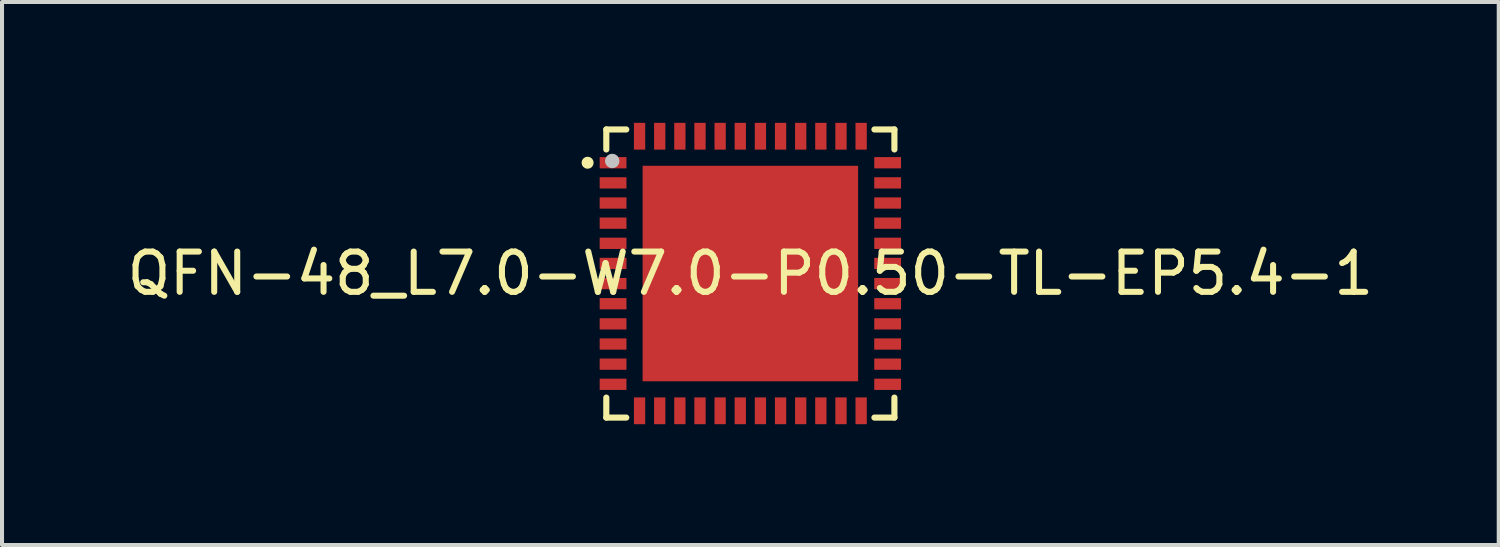
<source format=kicad_pcb>
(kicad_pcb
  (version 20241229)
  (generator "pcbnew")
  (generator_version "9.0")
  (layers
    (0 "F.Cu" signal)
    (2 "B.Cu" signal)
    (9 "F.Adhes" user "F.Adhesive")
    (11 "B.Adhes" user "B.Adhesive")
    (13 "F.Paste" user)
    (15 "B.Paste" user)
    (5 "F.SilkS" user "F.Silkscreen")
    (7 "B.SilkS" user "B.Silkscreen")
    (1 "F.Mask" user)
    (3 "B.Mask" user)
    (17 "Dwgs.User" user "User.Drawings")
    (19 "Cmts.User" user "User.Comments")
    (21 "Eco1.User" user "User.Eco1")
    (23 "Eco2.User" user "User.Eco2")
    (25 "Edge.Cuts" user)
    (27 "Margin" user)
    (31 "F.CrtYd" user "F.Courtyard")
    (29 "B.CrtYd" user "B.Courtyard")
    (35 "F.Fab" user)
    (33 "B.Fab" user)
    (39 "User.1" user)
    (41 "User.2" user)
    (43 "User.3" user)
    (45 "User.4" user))
  (footprint "QFN-48_L7.0-W7.0-P0.50-TL-EP5.4-1"
    (layer "F.Cu")
    (at 15.577 3.74)
    (property "Reference" "QFN-48_L7.0-W7.0-P0.50-TL-EP5.4-1" (at 0 0 0) (layer "F.SilkS") (effects (font (size 1 1) (thickness 0.15))))
    (fp_line (start -3.576 -3.576) (end -3.576 -3.08) (stroke (width 0.152) (type default)) (layer "F.SilkS"))
    (fp_line (start -3.576 3.576) (end -3.576 3.08) (stroke (width 0.152) (type default)) (layer "F.SilkS"))
    (fp_line (start -3.08 -3.576) (end -3.576 -3.576) (stroke (width 0.152) (type default)) (layer "F.SilkS"))
    (fp_line (start -3.08 3.576) (end -3.576 3.576) (stroke (width 0.152) (type default)) (layer "F.SilkS"))
    (fp_line (start 3.08 -3.576) (end 3.576 -3.576) (stroke (width 0.152) (type default)) (layer "F.SilkS"))
    (fp_line (start 3.08 3.576) (end 3.576 3.576) (stroke (width 0.152) (type default)) (layer "F.SilkS"))
    (fp_line (start 3.576 -3.576) (end 3.576 -3.08) (stroke (width 0.152) (type default)) (layer "F.SilkS"))
    (fp_line (start 3.576 3.576) (end 3.576 3.08) (stroke (width 0.152) (type default)) (layer "F.SilkS"))
    (fp_circle (center -4.04 -2.75) (end -3.965 -2.75) (stroke (width 0.15) (type default)) (fill no) (layer "F.SilkS"))
    (fp_poly (pts (xy -3.075 -2.61) (xy -3.075 -2.89) (xy -3.74 -2.89) (xy -3.74 -2.61)) (stroke (width 0) (type default)) (fill yes) (layer "F.Paste"))
    (fp_poly (pts (xy -3.075 -2.11) (xy -3.075 -2.39) (xy -3.74 -2.39) (xy -3.74 -2.11)) (stroke (width 0) (type default)) (fill yes) (layer "F.Paste"))
    (fp_poly (pts (xy -3.075 -1.61) (xy -3.075 -1.89) (xy -3.74 -1.89) (xy -3.74 -1.61)) (stroke (width 0) (type default)) (fill yes) (layer "F.Paste"))
    (fp_poly (pts (xy -3.075 -1.11) (xy -3.075 -1.39) (xy -3.74 -1.39) (xy -3.74 -1.11)) (stroke (width 0) (type default)) (fill yes) (layer "F.Paste"))
    (fp_poly (pts (xy -3.075 -0.61) (xy -3.075 -0.89) (xy -3.74 -0.89) (xy -3.74 -0.61)) (stroke (width 0) (type default)) (fill yes) (layer "F.Paste"))
    (fp_poly (pts (xy -3.075 -0.11) (xy -3.075 -0.39) (xy -3.74 -0.39) (xy -3.74 -0.11)) (stroke (width 0) (type default)) (fill yes) (layer "F.Paste"))
    (fp_poly (pts (xy -3.075 0.39) (xy -3.075 0.11) (xy -3.74 0.11) (xy -3.74 0.39)) (stroke (width 0) (type default)) (fill yes) (layer "F.Paste"))
    (fp_poly (pts (xy -3.075 0.89) (xy -3.075 0.61) (xy -3.74 0.61) (xy -3.74 0.89)) (stroke (width 0) (type default)) (fill yes) (layer "F.Paste"))
    (fp_poly (pts (xy -3.075 1.39) (xy -3.075 1.11) (xy -3.74 1.11) (xy -3.74 1.39)) (stroke (width 0) (type default)) (fill yes) (layer "F.Paste"))
    (fp_poly (pts (xy -3.075 1.89) (xy -3.075 1.61) (xy -3.74 1.61) (xy -3.74 1.89)) (stroke (width 0) (type default)) (fill yes) (layer "F.Paste"))
    (fp_poly (pts (xy -3.075 2.39) (xy -3.075 2.11) (xy -3.74 2.11) (xy -3.74 2.39)) (stroke (width 0) (type default)) (fill yes) (layer "F.Paste"))
    (fp_poly (pts (xy -3.075 2.89) (xy -3.075 2.61) (xy -3.74 2.61) (xy -3.74 2.89)) (stroke (width 0) (type default)) (fill yes) (layer "F.Paste"))
    (fp_poly (pts (xy -2.89 -3.74) (xy -2.89 -3.075) (xy -2.61 -3.075) (xy -2.61 -3.74)) (stroke (width 0) (type default)) (fill yes) (layer "F.Paste"))
    (fp_poly (pts (xy -2.89 3.075) (xy -2.89 3.74) (xy -2.61 3.74) (xy -2.61 3.075)) (stroke (width 0) (type default)) (fill yes) (layer "F.Paste"))
    (fp_poly (pts (xy -2.39 -3.74) (xy -2.39 -3.075) (xy -2.11 -3.075) (xy -2.11 -3.74)) (stroke (width 0) (type default)) (fill yes) (layer "F.Paste"))
    (fp_poly (pts (xy -2.11 3.74) (xy -2.11 3.075) (xy -2.39 3.075) (xy -2.39 3.74)) (stroke (width 0) (type default)) (fill yes) (layer "F.Paste"))
    (fp_poly (pts (xy -1.89 -3.74) (xy -1.89 -3.075) (xy -1.61 -3.075) (xy -1.61 -3.74)) (stroke (width 0) (type default)) (fill yes) (layer "F.Paste"))
    (fp_poly (pts (xy -1.61 3.74) (xy -1.61 3.075) (xy -1.89 3.075) (xy -1.89 3.74)) (stroke (width 0) (type default)) (fill yes) (layer "F.Paste"))
    (fp_poly (pts (xy -1.11 -3.075) (xy -1.11 -3.74) (xy -1.39 -3.74) (xy -1.39 -3.075)) (stroke (width 0) (type default)) (fill yes) (layer "F.Paste"))
    (fp_poly (pts (xy -1.11 3.74) (xy -1.11 3.075) (xy -1.39 3.075) (xy -1.39 3.74)) (stroke (width 0) (type default)) (fill yes) (layer "F.Paste"))
    (fp_poly (pts (xy -0.61 -3.075) (xy -0.61 -3.74) (xy -0.89 -3.74) (xy -0.89 -3.075)) (stroke (width 0) (type default)) (fill yes) (layer "F.Paste"))
    (fp_poly (pts (xy -0.61 3.74) (xy -0.61 3.075) (xy -0.89 3.075) (xy -0.89 3.74)) (stroke (width 0) (type default)) (fill yes) (layer "F.Paste"))
    (fp_poly (pts (xy -0.11 -3.075) (xy -0.11 -3.74) (xy -0.39 -3.74) (xy -0.39 -3.075)) (stroke (width 0) (type default)) (fill yes) (layer "F.Paste"))
    (fp_poly (pts (xy -0.11 3.74) (xy -0.11 3.075) (xy -0.39 3.075) (xy -0.39 3.74)) (stroke (width 0) (type default)) (fill yes) (layer "F.Paste"))
    (fp_poly (pts (xy 0.39 -3.075) (xy 0.39 -3.74) (xy 0.11 -3.74) (xy 0.11 -3.075)) (stroke (width 0) (type default)) (fill yes) (layer "F.Paste"))
    (fp_poly (pts (xy 0.39 3.74) (xy 0.39 3.075) (xy 0.11 3.075) (xy 0.11 3.74)) (stroke (width 0) (type default)) (fill yes) (layer "F.Paste"))
    (fp_poly (pts (xy 0.89 -3.075) (xy 0.89 -3.74) (xy 0.61 -3.74) (xy 0.61 -3.075)) (stroke (width 0) (type default)) (fill yes) (layer "F.Paste"))
    (fp_poly (pts (xy 0.89 3.74) (xy 0.89 3.075) (xy 0.61 3.075) (xy 0.61 3.74)) (stroke (width 0) (type default)) (fill yes) (layer "F.Paste"))
    (fp_poly (pts (xy 1.39 -3.075) (xy 1.39 -3.74) (xy 1.11 -3.74) (xy 1.11 -3.075)) (stroke (width 0) (type default)) (fill yes) (layer "F.Paste"))
    (fp_poly (pts (xy 1.39 3.74) (xy 1.39 3.075) (xy 1.11 3.075) (xy 1.11 3.74)) (stroke (width 0) (type default)) (fill yes) (layer "F.Paste"))
    (fp_poly (pts (xy 1.61 3.075) (xy 1.61 3.74) (xy 1.89 3.74) (xy 1.89 3.075)) (stroke (width 0) (type default)) (fill yes) (layer "F.Paste"))
    (fp_poly (pts (xy 1.89 -3.075) (xy 1.89 -3.74) (xy 1.61 -3.74) (xy 1.61 -3.075)) (stroke (width 0) (type default)) (fill yes) (layer "F.Paste"))
    (fp_poly (pts (xy 2.11 3.075) (xy 2.11 3.74) (xy 2.39 3.74) (xy 2.39 3.075)) (stroke (width 0) (type default)) (fill yes) (layer "F.Paste"))
    (fp_poly (pts (xy 2.14 2.14) (xy 2.14 -2.14) (xy -2.14 -2.14) (xy -2.14 2.14)) (stroke (width 0) (type default)) (fill yes) (layer "F.Paste"))
    (fp_poly (pts (xy 2.39 -3.075) (xy 2.39 -3.74) (xy 2.11 -3.74) (xy 2.11 -3.075)) (stroke (width 0) (type default)) (fill yes) (layer "F.Paste"))
    (fp_poly (pts (xy 2.61 3.075) (xy 2.61 3.74) (xy 2.89 3.74) (xy 2.89 3.075)) (stroke (width 0) (type default)) (fill yes) (layer "F.Paste"))
    (fp_poly (pts (xy 2.89 -3.075) (xy 2.89 -3.74) (xy 2.61 -3.74) (xy 2.61 -3.075)) (stroke (width 0) (type default)) (fill yes) (layer "F.Paste"))
    (fp_poly (pts (xy 3.075 -2.89) (xy 3.075 -2.61) (xy 3.74 -2.61) (xy 3.74 -2.89)) (stroke (width 0) (type default)) (fill yes) (layer "F.Paste"))
    (fp_poly (pts (xy 3.075 -2.39) (xy 3.075 -2.11) (xy 3.74 -2.11) (xy 3.74 -2.39)) (stroke (width 0) (type default)) (fill yes) (layer "F.Paste"))
    (fp_poly (pts (xy 3.075 -1.89) (xy 3.075 -1.61) (xy 3.74 -1.61) (xy 3.74 -1.89)) (stroke (width 0) (type default)) (fill yes) (layer "F.Paste"))
    (fp_poly (pts (xy 3.075 -1.39) (xy 3.075 -1.11) (xy 3.74 -1.11) (xy 3.74 -1.39)) (stroke (width 0) (type default)) (fill yes) (layer "F.Paste"))
    (fp_poly (pts (xy 3.075 -0.89) (xy 3.075 -0.61) (xy 3.74 -0.61) (xy 3.74 -0.89)) (stroke (width 0) (type default)) (fill yes) (layer "F.Paste"))
    (fp_poly (pts (xy 3.075 0.11) (xy 3.075 0.39) (xy 3.74 0.39) (xy 3.74 0.11)) (stroke (width 0) (type default)) (fill yes) (layer "F.Paste"))
    (fp_poly (pts (xy 3.075 0.61) (xy 3.075 0.89) (xy 3.74 0.89) (xy 3.74 0.61)) (stroke (width 0) (type default)) (fill yes) (layer "F.Paste"))
    (fp_poly (pts (xy 3.075 1.11) (xy 3.075 1.39) (xy 3.74 1.39) (xy 3.74 1.11)) (stroke (width 0) (type default)) (fill yes) (layer "F.Paste"))
    (fp_poly (pts (xy 3.075 1.61) (xy 3.075 1.89) (xy 3.74 1.89) (xy 3.74 1.61)) (stroke (width 0) (type default)) (fill yes) (layer "F.Paste"))
    (fp_poly (pts (xy 3.075 2.11) (xy 3.075 2.39) (xy 3.74 2.39) (xy 3.74 2.11)) (stroke (width 0) (type default)) (fill yes) (layer "F.Paste"))
    (fp_poly (pts (xy 3.075 2.61) (xy 3.075 2.89) (xy 3.74 2.89) (xy 3.74 2.61)) (stroke (width 0) (type default)) (fill yes) (layer "F.Paste"))
    (fp_poly (pts (xy 3.74 -0.11) (xy 3.74 -0.39) (xy 3.075 -0.39) (xy 3.075 -0.11)) (stroke (width 0) (type default)) (fill yes) (layer "F.Paste"))
    (fp_circle (center -3.429 -2.794) (end -3.339 -2.794) (stroke (width 0.18) (type default)) (fill no) (layer "Dwgs.User"))
    (fp_poly (pts (xy -3.1 -2.65) (xy -3.5 -2.65) (xy -3.5 -2.85) (xy -3.1 -2.85)) (stroke (width 0.1) (type default)) (fill no) (layer "User.1"))
    (fp_poly (pts (xy -3.1 -2.15) (xy -3.5 -2.15) (xy -3.5 -2.35) (xy -3.1 -2.35)) (stroke (width 0.1) (type default)) (fill no) (layer "User.1"))
    (fp_poly (pts (xy -3.1 -1.65) (xy -3.5 -1.65) (xy -3.5 -1.85) (xy -3.1 -1.85)) (stroke (width 0.1) (type default)) (fill no) (layer "User.1"))
    (fp_poly (pts (xy -3.1 -1.15) (xy -3.5 -1.15) (xy -3.5 -1.35) (xy -3.1 -1.35)) (stroke (width 0.1) (type default)) (fill no) (layer "User.1"))
    (fp_poly (pts (xy -3.1 -0.65) (xy -3.5 -0.65) (xy -3.5 -0.85) (xy -3.1 -0.85)) (stroke (width 0.1) (type default)) (fill no) (layer "User.1"))
    (fp_poly (pts (xy -3.1 -0.15) (xy -3.5 -0.15) (xy -3.5 -0.35) (xy -3.1 -0.35)) (stroke (width 0.1) (type default)) (fill no) (layer "User.1"))
    (fp_poly (pts (xy -3.1 0.35) (xy -3.5 0.35) (xy -3.5 0.15) (xy -3.1 0.15)) (stroke (width 0.1) (type default)) (fill no) (layer "User.1"))
    (fp_poly (pts (xy -3.1 0.85) (xy -3.5 0.85) (xy -3.5 0.65) (xy -3.1 0.65)) (stroke (width 0.1) (type default)) (fill no) (layer "User.1"))
    (fp_poly (pts (xy -3.1 1.35) (xy -3.5 1.35) (xy -3.5 1.15) (xy -3.1 1.15)) (stroke (width 0.1) (type default)) (fill no) (layer "User.1"))
    (fp_poly (pts (xy -3.1 1.85) (xy -3.5 1.85) (xy -3.5 1.65) (xy -3.1 1.65)) (stroke (width 0.1) (type default)) (fill no) (layer "User.1"))
    (fp_poly (pts (xy -3.1 2.35) (xy -3.5 2.35) (xy -3.5 2.15) (xy -3.1 2.15)) (stroke (width 0.1) (type default)) (fill no) (layer "User.1"))
    (fp_poly (pts (xy -3.1 2.85) (xy -3.5 2.85) (xy -3.5 2.65) (xy -3.1 2.65)) (stroke (width 0.1) (type default)) (fill no) (layer "User.1"))
    (fp_poly (pts (xy -2.85 -3.1) (xy -2.85 -3.5) (xy -2.65 -3.5) (xy -2.65 -3.1)) (stroke (width 0.1) (type default)) (fill no) (layer "User.1"))
    (fp_poly (pts (xy -2.675 -2.675) (xy 2.675 -2.675) (xy 2.675 2.675) (xy -2.675 2.675)) (stroke (width 0.1) (type default)) (fill no) (layer "User.1"))
    (fp_poly (pts (xy -2.65 3.1) (xy -2.65 3.5) (xy -2.85 3.5) (xy -2.85 3.1)) (stroke (width 0.1) (type default)) (fill no) (layer "User.1"))
    (fp_poly (pts (xy -2.35 -3.1) (xy -2.35 -3.5) (xy -2.15 -3.5) (xy -2.15 -3.1)) (stroke (width 0.1) (type default)) (fill no) (layer "User.1"))
    (fp_poly (pts (xy -2.15 3.1) (xy -2.15 3.5) (xy -2.35 3.5) (xy -2.35 3.1)) (stroke (width 0.1) (type default)) (fill no) (layer "User.1"))
    (fp_poly (pts (xy -1.85 -3.1) (xy -1.85 -3.5) (xy -1.65 -3.5) (xy -1.65 -3.1)) (stroke (width 0.1) (type default)) (fill no) (layer "User.1"))
    (fp_poly (pts (xy -1.65 3.1) (xy -1.65 3.5) (xy -1.85 3.5) (xy -1.85 3.1)) (stroke (width 0.1) (type default)) (fill no) (layer "User.1"))
    (fp_poly (pts (xy -1.35 -3.1) (xy -1.35 -3.5) (xy -1.15 -3.5) (xy -1.15 -3.1)) (stroke (width 0.1) (type default)) (fill no) (layer "User.1"))
    (fp_poly (pts (xy -1.15 3.1) (xy -1.15 3.5) (xy -1.35 3.5) (xy -1.35 3.1)) (stroke (width 0.1) (type default)) (fill no) (layer "User.1"))
    (fp_poly (pts (xy -0.85 -3.1) (xy -0.85 -3.5) (xy -0.65 -3.5) (xy -0.65 -3.1)) (stroke (width 0.1) (type default)) (fill no) (layer "User.1"))
    (fp_poly (pts (xy -0.65 3.1) (xy -0.65 3.5) (xy -0.85 3.5) (xy -0.85 3.1)) (stroke (width 0.1) (type default)) (fill no) (layer "User.1"))
    (fp_poly (pts (xy -0.35 -3.1) (xy -0.35 -3.5) (xy -0.15 -3.5) (xy -0.15 -3.1)) (stroke (width 0.1) (type default)) (fill no) (layer "User.1"))
    (fp_poly (pts (xy -0.15 3.1) (xy -0.15 3.5) (xy -0.35 3.5) (xy -0.35 3.1)) (stroke (width 0.1) (type default)) (fill no) (layer "User.1"))
    (fp_poly (pts (xy 0.15 -3.1) (xy 0.15 -3.5) (xy 0.35 -3.5) (xy 0.35 -3.1)) (stroke (width 0.1) (type default)) (fill no) (layer "User.1"))
    (fp_poly (pts (xy 0.35 3.1) (xy 0.35 3.5) (xy 0.15 3.5) (xy 0.15 3.1)) (stroke (width 0.1) (type default)) (fill no) (layer "User.1"))
    (fp_poly (pts (xy 0.65 -3.1) (xy 0.65 -3.5) (xy 0.85 -3.5) (xy 0.85 -3.1)) (stroke (width 0.1) (type default)) (fill no) (layer "User.1"))
    (fp_poly (pts (xy 0.85 3.1) (xy 0.85 3.5) (xy 0.65 3.5) (xy 0.65 3.1)) (stroke (width 0.1) (type default)) (fill no) (layer "User.1"))
    (fp_poly (pts (xy 1.15 -3.1) (xy 1.15 -3.5) (xy 1.35 -3.5) (xy 1.35 -3.1)) (stroke (width 0.1) (type default)) (fill no) (layer "User.1"))
    (fp_poly (pts (xy 1.35 3.1) (xy 1.35 3.5) (xy 1.15 3.5) (xy 1.15 3.1)) (stroke (width 0.1) (type default)) (fill no) (layer "User.1"))
    (fp_poly (pts (xy 1.65 -3.1) (xy 1.65 -3.5) (xy 1.85 -3.5) (xy 1.85 -3.1)) (stroke (width 0.1) (type default)) (fill no) (layer "User.1"))
    (fp_poly (pts (xy 1.85 3.1) (xy 1.85 3.5) (xy 1.65 3.5) (xy 1.65 3.1)) (stroke (width 0.1) (type default)) (fill no) (layer "User.1"))
    (fp_poly (pts (xy 2.15 -3.1) (xy 2.15 -3.5) (xy 2.35 -3.5) (xy 2.35 -3.1)) (stroke (width 0.1) (type default)) (fill no) (layer "User.1"))
    (fp_poly (pts (xy 2.35 3.1) (xy 2.35 3.5) (xy 2.15 3.5) (xy 2.15 3.1)) (stroke (width 0.1) (type default)) (fill no) (layer "User.1"))
    (fp_poly (pts (xy 2.65 -3.1) (xy 2.65 -3.5) (xy 2.85 -3.5) (xy 2.85 -3.1)) (stroke (width 0.1) (type default)) (fill no) (layer "User.1"))
    (fp_poly (pts (xy 2.85 3.1) (xy 2.85 3.5) (xy 2.65 3.5) (xy 2.65 3.1)) (stroke (width 0.1) (type default)) (fill no) (layer "User.1"))
    (fp_poly (pts (xy 3.1 -2.85) (xy 3.5 -2.85) (xy 3.5 -2.65) (xy 3.1 -2.65)) (stroke (width 0.1) (type default)) (fill no) (layer "User.1"))
    (fp_poly (pts (xy 3.1 -2.35) (xy 3.5 -2.35) (xy 3.5 -2.15) (xy 3.1 -2.15)) (stroke (width 0.1) (type default)) (fill no) (layer "User.1"))
    (fp_poly (pts (xy 3.1 -1.85) (xy 3.5 -1.85) (xy 3.5 -1.65) (xy 3.1 -1.65)) (stroke (width 0.1) (type default)) (fill no) (layer "User.1"))
    (fp_poly (pts (xy 3.1 -1.35) (xy 3.5 -1.35) (xy 3.5 -1.15) (xy 3.1 -1.15)) (stroke (width 0.1) (type default)) (fill no) (layer "User.1"))
    (fp_poly (pts (xy 3.1 -0.85) (xy 3.5 -0.85) (xy 3.5 -0.65) (xy 3.1 -0.65)) (stroke (width 0.1) (type default)) (fill no) (layer "User.1"))
    (fp_poly (pts (xy 3.1 -0.35) (xy 3.5 -0.35) (xy 3.5 -0.15) (xy 3.1 -0.15)) (stroke (width 0.1) (type default)) (fill no) (layer "User.1"))
    (fp_poly (pts (xy 3.1 0.15) (xy 3.5 0.15) (xy 3.5 0.35) (xy 3.1 0.35)) (stroke (width 0.1) (type default)) (fill no) (layer "User.1"))
    (fp_poly (pts (xy 3.1 0.65) (xy 3.5 0.65) (xy 3.5 0.85) (xy 3.1 0.85)) (stroke (width 0.1) (type default)) (fill no) (layer "User.1"))
    (fp_poly (pts (xy 3.1 1.15) (xy 3.5 1.15) (xy 3.5 1.35) (xy 3.1 1.35)) (stroke (width 0.1) (type default)) (fill no) (layer "User.1"))
    (fp_poly (pts (xy 3.1 1.65) (xy 3.5 1.65) (xy 3.5 1.85) (xy 3.1 1.85)) (stroke (width 0.1) (type default)) (fill no) (layer "User.1"))
    (fp_poly (pts (xy 3.1 2.15) (xy 3.5 2.15) (xy 3.5 2.35) (xy 3.1 2.35)) (stroke (width 0.1) (type default)) (fill no) (layer "User.1"))
    (fp_poly (pts (xy 3.1 2.65) (xy 3.5 2.65) (xy 3.5 2.85) (xy 3.1 2.85)) (stroke (width 0.1) (type default)) (fill no) (layer "User.1"))
    (fp_line (start -3.5 -3.5) (end 3.5 -3.5) (stroke (width 0.051) (type default)) (layer "User.2"))
    (fp_line (start -3.5 3.5) (end -3.5 -3.5) (stroke (width 0.051) (type default)) (layer "User.2"))
    (fp_line (start 3.5 -3.5) (end 3.5 3.5) (stroke (width 0.051) (type default)) (layer "User.2"))
    (fp_line (start 3.5 3.5) (end -3.5 3.5) (stroke (width 0.051) (type default)) (layer "User.2"))
    (fp_poly (pts (xy -3.445 -3.523) (xy -3.477 -3.555) (xy -3.523 -3.555) (xy -3.555 -3.523) (xy -3.555 -3.477) (xy -3.523 -3.445) (xy -3.477 -3.445) (xy -3.445 -3.477)) (stroke (width 0.1) (type default)) (fill no) (layer "User.3"))
    (pad "1" smd rect (at -3.408 -2.75) (size 0.665 0.28) (layers "F.Cu" "F.Mask" "F.Paste"))
    (pad "2" smd rect (at -3.408 -2.25) (size 0.665 0.28) (layers "F.Cu" "F.Mask" "F.Paste"))
    (pad "3" smd rect (at -3.408 -1.75) (size 0.665 0.28) (layers "F.Cu" "F.Mask" "F.Paste"))
    (pad "4" smd rect (at -3.408 -1.25) (size 0.665 0.28) (layers "F.Cu" "F.Mask" "F.Paste"))
    (pad "5" smd rect (at -3.408 -0.75) (size 0.665 0.28) (layers "F.Cu" "F.Mask" "F.Paste"))
    (pad "6" smd rect (at -3.408 -0.25) (size 0.665 0.28) (layers "F.Cu" "F.Mask" "F.Paste"))
    (pad "7" smd rect (at -3.408 0.25) (size 0.665 0.28) (layers "F.Cu" "F.Mask" "F.Paste"))
    (pad "8" smd rect (at -3.408 0.75) (size 0.665 0.28) (layers "F.Cu" "F.Mask" "F.Paste"))
    (pad "9" smd rect (at -3.408 1.25) (size 0.665 0.28) (layers "F.Cu" "F.Mask" "F.Paste"))
    (pad "10" smd rect (at -3.408 1.75) (size 0.665 0.28) (layers "F.Cu" "F.Mask" "F.Paste"))
    (pad "11" smd rect (at -3.408 2.25) (size 0.665 0.28) (layers "F.Cu" "F.Mask" "F.Paste"))
    (pad "12" smd rect (at -3.408 2.75) (size 0.665 0.28) (layers "F.Cu" "F.Mask" "F.Paste"))
    (pad "13" smd rect (at -2.75 3.408) (size 0.28 0.665) (layers "F.Cu" "F.Mask" "F.Paste"))
    (pad "14" smd rect (at -2.25 3.408) (size 0.28 0.665) (layers "F.Cu" "F.Mask" "F.Paste"))
    (pad "15" smd rect (at -1.75 3.408) (size 0.28 0.665) (layers "F.Cu" "F.Mask" "F.Paste"))
    (pad "16" smd rect (at -1.25 3.408) (size 0.28 0.665) (layers "F.Cu" "F.Mask" "F.Paste"))
    (pad "17" smd rect (at -0.75 3.408) (size 0.28 0.665) (layers "F.Cu" "F.Mask" "F.Paste"))
    (pad "18" smd rect (at -0.25 3.408) (size 0.28 0.665) (layers "F.Cu" "F.Mask" "F.Paste"))
    (pad "19" smd rect (at 0.25 3.408) (size 0.28 0.665) (layers "F.Cu" "F.Mask" "F.Paste"))
    (pad "20" smd rect (at 0.75 3.408) (size 0.28 0.665) (layers "F.Cu" "F.Mask" "F.Paste"))
    (pad "21" smd rect (at 1.25 3.408) (size 0.28 0.665) (layers "F.Cu" "F.Mask" "F.Paste"))
    (pad "22" smd rect (at 1.75 3.408) (size 0.28 0.665) (layers "F.Cu" "F.Mask" "F.Paste"))
    (pad "23" smd rect (at 2.25 3.408) (size 0.28 0.665) (layers "F.Cu" "F.Mask" "F.Paste"))
    (pad "24" smd rect (at 2.75 3.408) (size 0.28 0.665) (layers "F.Cu" "F.Mask" "F.Paste"))
    (pad "25" smd rect (at 3.408 2.75) (size 0.665 0.28) (layers "F.Cu" "F.Mask" "F.Paste"))
    (pad "26" smd rect (at 3.408 2.25) (size 0.665 0.28) (layers "F.Cu" "F.Mask" "F.Paste"))
    (pad "27" smd rect (at 3.408 1.75) (size 0.665 0.28) (layers "F.Cu" "F.Mask" "F.Paste"))
    (pad "28" smd rect (at 3.408 1.25) (size 0.665 0.28) (layers "F.Cu" "F.Mask" "F.Paste"))
    (pad "29" smd rect (at 3.408 0.75) (size 0.665 0.28) (layers "F.Cu" "F.Mask" "F.Paste"))
    (pad "30" smd rect (at 3.408 0.25) (size 0.665 0.28) (layers "F.Cu" "F.Mask" "F.Paste"))
    (pad "31" smd rect (at 3.408 -0.25) (size 0.665 0.28) (layers "F.Cu" "F.Mask" "F.Paste"))
    (pad "32" smd rect (at 3.408 -0.75) (size 0.665 0.28) (layers "F.Cu" "F.Mask" "F.Paste"))
    (pad "33" smd rect (at 3.408 -1.25) (size 0.665 0.28) (layers "F.Cu" "F.Mask" "F.Paste"))
    (pad "34" smd rect (at 3.408 -1.75) (size 0.665 0.28) (layers "F.Cu" "F.Mask" "F.Paste"))
    (pad "35" smd rect (at 3.408 -2.25) (size 0.665 0.28) (layers "F.Cu" "F.Mask" "F.Paste"))
    (pad "36" smd rect (at 3.408 -2.75) (size 0.665 0.28) (layers "F.Cu" "F.Mask" "F.Paste"))
    (pad "37" smd rect (at 2.75 -3.408) (size 0.28 0.665) (layers "F.Cu" "F.Mask" "F.Paste"))
    (pad "38" smd rect (at 2.25 -3.408) (size 0.28 0.665) (layers "F.Cu" "F.Mask" "F.Paste"))
    (pad "39" smd rect (at 1.75 -3.408) (size 0.28 0.665) (layers "F.Cu" "F.Mask" "F.Paste"))
    (pad "40" smd rect (at 1.25 -3.408) (size 0.28 0.665) (layers "F.Cu" "F.Mask" "F.Paste"))
    (pad "41" smd rect (at 0.75 -3.408) (size 0.28 0.665) (layers "F.Cu" "F.Mask" "F.Paste"))
    (pad "42" smd rect (at 0.25 -3.408) (size 0.28 0.665) (layers "F.Cu" "F.Mask" "F.Paste"))
    (pad "43" smd rect (at -0.25 -3.408) (size 0.28 0.665) (layers "F.Cu" "F.Mask" "F.Paste"))
    (pad "44" smd rect (at -0.75 -3.408) (size 0.28 0.665) (layers "F.Cu" "F.Mask" "F.Paste"))
    (pad "45" smd rect (at -1.25 -3.408) (size 0.28 0.665) (layers "F.Cu" "F.Mask" "F.Paste"))
    (pad "46" smd rect (at -1.75 -3.408) (size 0.28 0.665) (layers "F.Cu" "F.Mask" "F.Paste"))
    (pad "47" smd rect (at -2.25 -3.408) (size 0.28 0.665) (layers "F.Cu" "F.Mask" "F.Paste"))
    (pad "48" smd rect (at -2.75 -3.408) (size 0.28 0.665) (layers "F.Cu" "F.Mask" "F.Paste"))
    (pad "49" smd rect (at 0 0) (size 5.35 5.35) (layers "F.Cu" "F.Mask" "F.Paste")))
  (gr_rect
    (start -3 -3)
    (end 34.155 10.48)
    (stroke (width 0.1) (type default))
    (fill no)
    (layer "Edge.Cuts")))
</source>
